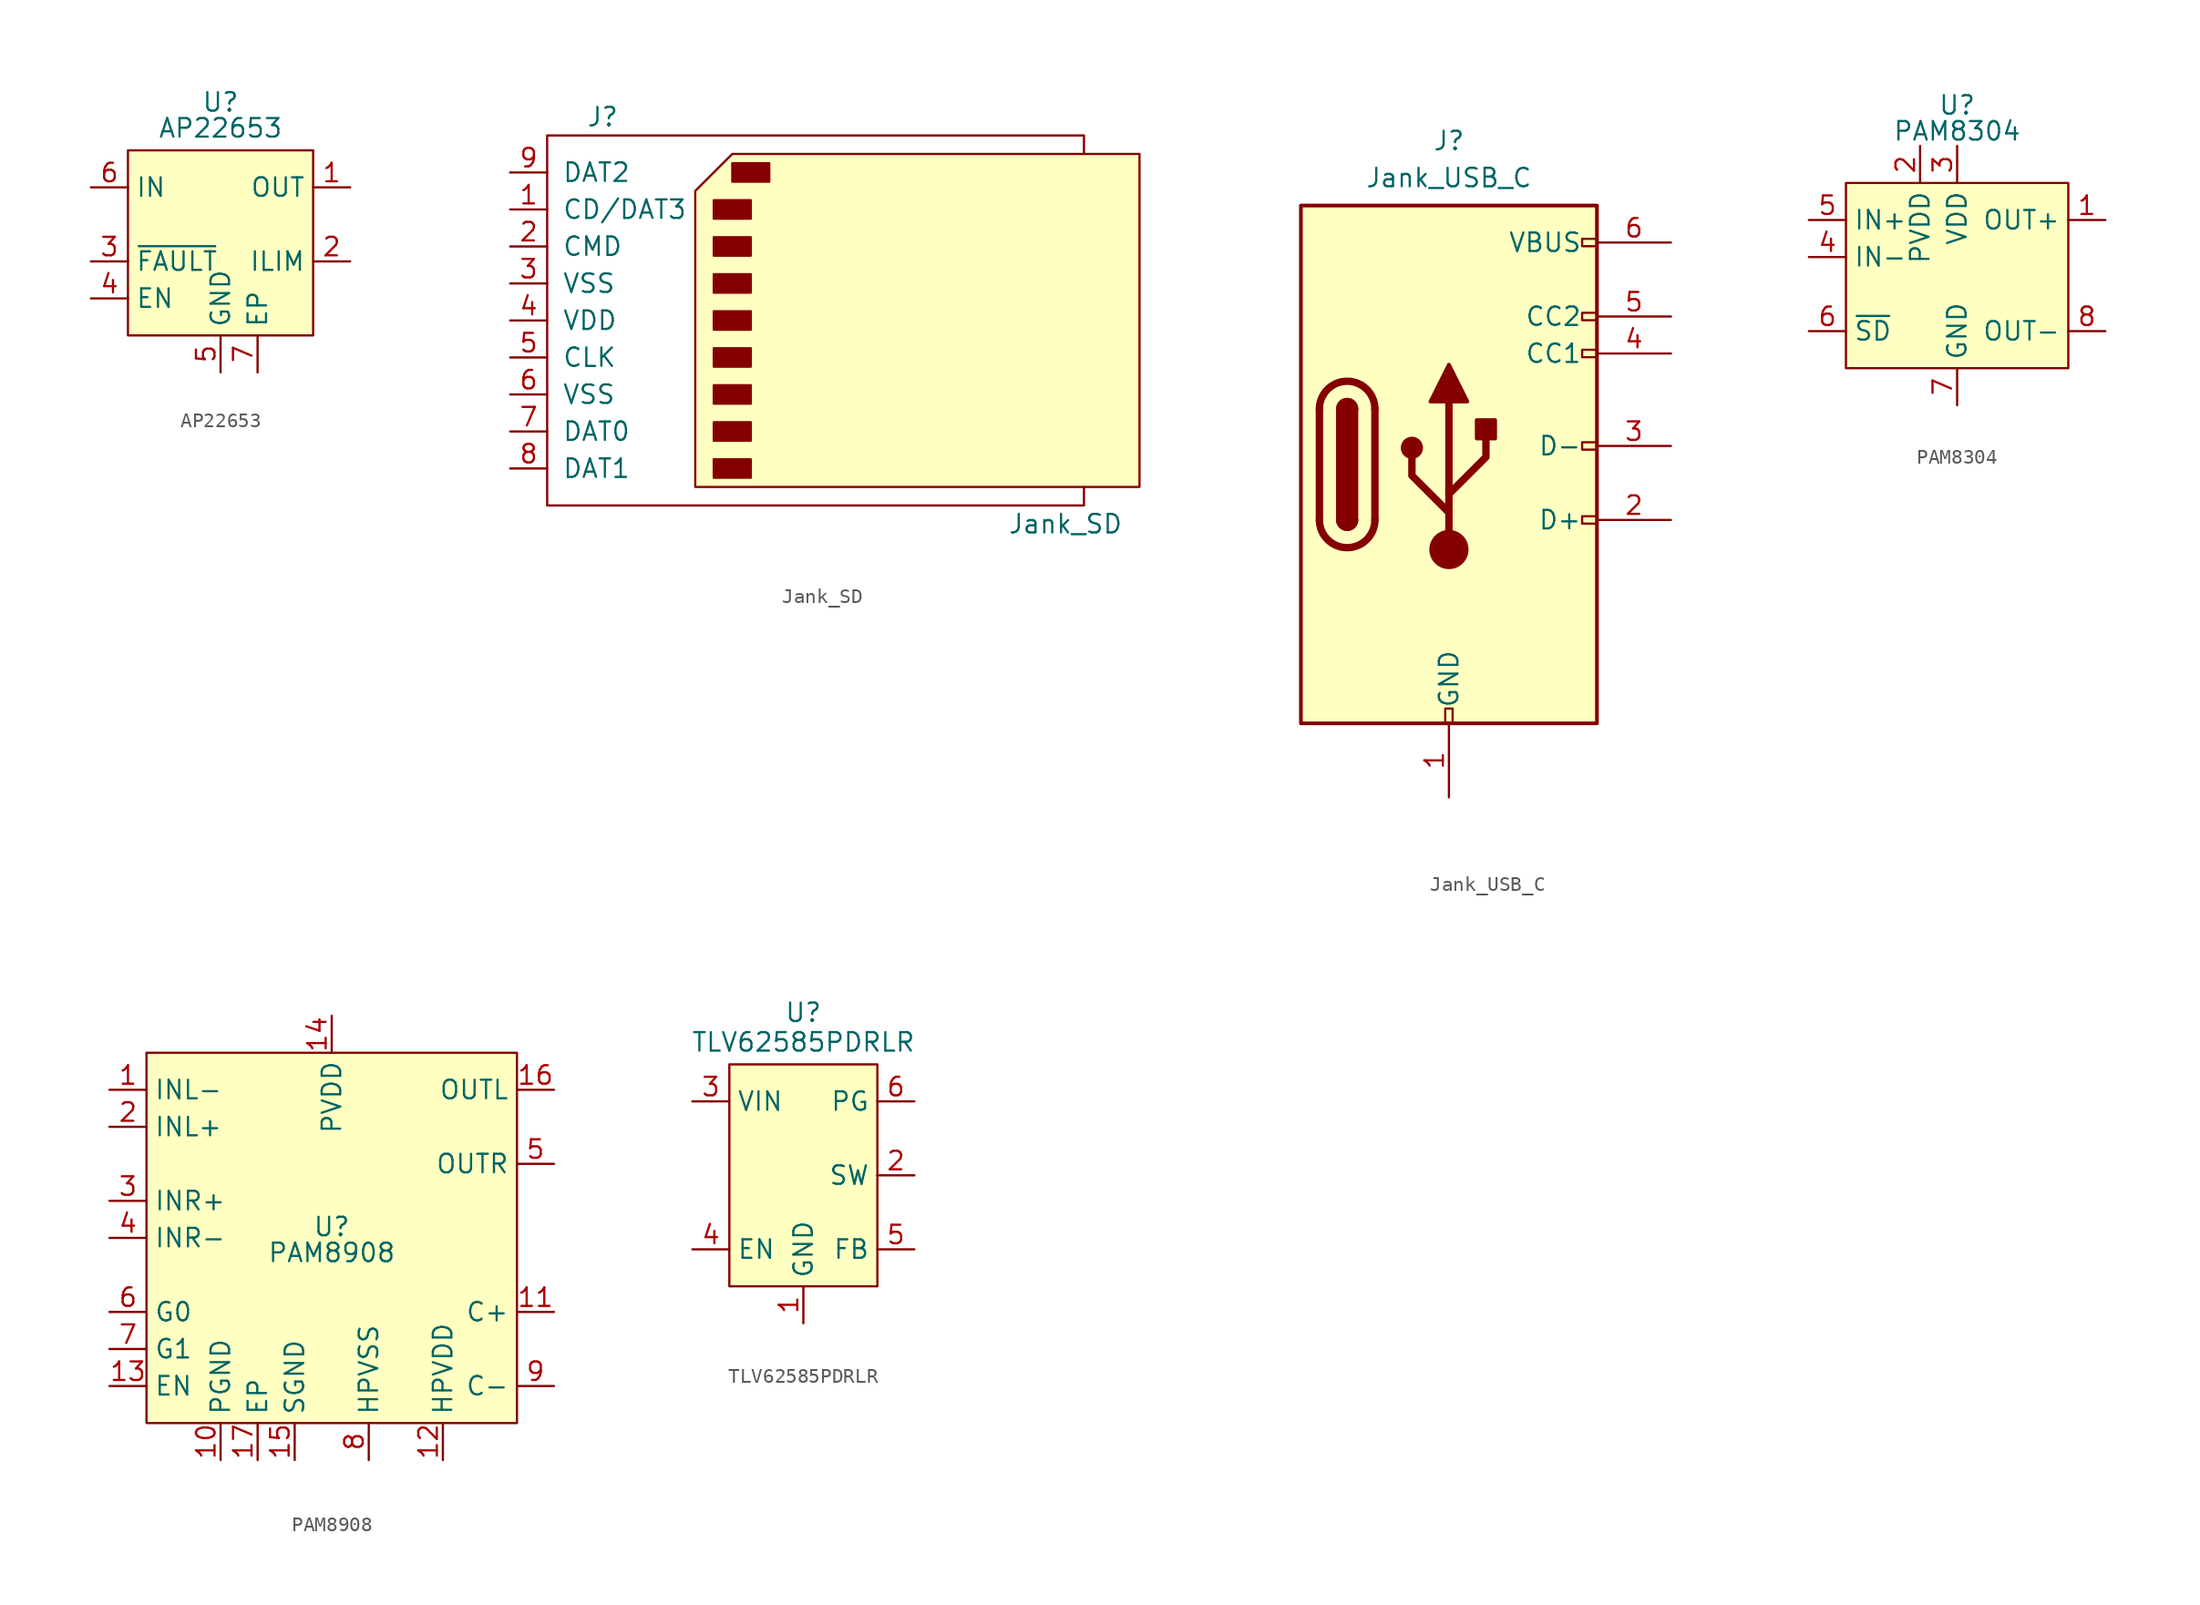
<source format=kicad_sym>
(kicad_symbol_lib
  (version 20231120)
  (generator "kicad_symbol_editor")
  (generator_version "8.0")
  (symbol "AP22653"
    (property "Reference" "U"
      (at 0 9.652 0)
      (effects (font (size 1.27 1.27))))
    (property "Value" "AP22653"
      (at 0 7.874 0)
      (effects (font (size 1.27 1.27))))
    (symbol "AP22653_1_1"
      (rectangle (start -6.35 6.35) (end 6.35 -6.35) (stroke (width 0) (type default)) (fill (type background)))
      (pin power_out line (at 8.89 3.81 180) (length 2.54) (name "OUT" (effects (font (size 1.27 1.27)))) (number "1" (effects (font (size 1.27 1.27)))))
      (pin output line (at 8.89 -1.27 180) (length 2.54) (name "ILIM" (effects (font (size 1.27 1.27)))) (number "2" (effects (font (size 1.27 1.27)))))
      (pin output line (at -8.89 -1.27 0) (length 2.54) (name "~{FAULT}" (effects (font (size 1.27 1.27)))) (number "3" (effects (font (size 1.27 1.27)))))
      (pin input line (at -8.89 -3.81 0) (length 2.54) (name "EN" (effects (font (size 1.27 1.27)))) (number "4" (effects (font (size 1.27 1.27)))))
      (pin power_in line (at 0 -8.89 90) (length 2.54) (name "GND" (effects (font (size 1.27 1.27)))) (number "5" (effects (font (size 1.27 1.27)))))
      (pin power_in line (at -8.89 3.81 0) (length 2.54) (name "IN" (effects (font (size 1.27 1.27)))) (number "6" (effects (font (size 1.27 1.27)))))
      (pin unspecified line (at 2.54 -8.89 90) (length 2.54) (name "EP" (effects (font (size 1.27 1.27)))) (number "7" (effects (font (size 1.27 1.27)))))))
  (symbol "Jank_SD"
    (pin_names
      (offset 1.016))
    (property "Reference" "J"
      (at -16.51 13.97 0)
      (effects (font (size 1.27 1.27))))
    (property "Value" "Jank_SD"
      (at 15.24 -13.97 0)
      (effects (font (size 1.27 1.27))))
    (symbol "Jank_SD_0_1"
      (rectangle (start -8.89 -9.525) (end -6.35 -10.795) (stroke (width 0) (type default)) (fill (type outline)))
      (rectangle (start -8.89 -6.985) (end -6.35 -8.255) (stroke (width 0) (type default)) (fill (type outline)))
      (rectangle (start -8.89 -4.445) (end -6.35 -5.715) (stroke (width 0) (type default)) (fill (type outline)))
      (rectangle (start -8.89 -1.905) (end -6.35 -3.175) (stroke (width 0) (type default)) (fill (type outline)))
      (rectangle (start -8.89 0.635) (end -6.35 -0.635) (stroke (width 0) (type default)) (fill (type outline)))
      (rectangle (start -8.89 3.175) (end -6.35 1.905) (stroke (width 0) (type default)) (fill (type outline)))
      (rectangle (start -8.89 5.715) (end -6.35 4.445) (stroke (width 0) (type default)) (fill (type outline)))
      (rectangle (start -8.89 8.255) (end -6.35 6.985) (stroke (width 0) (type default)) (fill (type outline)))
      (rectangle (start -7.62 10.795) (end -5.08 9.525) (stroke (width 0) (type default)) (fill (type outline)))
      (polyline (pts (xy -10.16 8.89) (xy -7.62 11.43) (xy 20.32 11.43) (xy 20.32 -11.43) (xy -10.16 -11.43) (xy -10.16 8.89)) (stroke (width 0) (type default)) (fill (type background)))
      (polyline (pts (xy 16.51 11.43) (xy 16.51 12.7) (xy -20.32 12.7) (xy -20.32 -12.7) (xy 16.51 -12.7) (xy 16.51 -11.43)) (stroke (width 0) (type default)) (fill (type none))))
    (symbol "Jank_SD_1_1"
      (pin input line (at -22.86 7.62 0) (length 2.54) (name "CD/DAT3" (effects (font (size 1.27 1.27)))) (number "1" (effects (font (size 1.27 1.27)))))
      (pin input line (at -22.86 5.08 0) (length 2.54) (name "CMD" (effects (font (size 1.27 1.27)))) (number "2" (effects (font (size 1.27 1.27)))))
      (pin power_in line (at -22.86 2.54 0) (length 2.54) (name "VSS" (effects (font (size 1.27 1.27)))) (number "3" (effects (font (size 1.27 1.27)))))
      (pin power_in line (at -22.86 0 0) (length 2.54) (name "VDD" (effects (font (size 1.27 1.27)))) (number "4" (effects (font (size 1.27 1.27)))))
      (pin input line (at -22.86 -2.54 0) (length 2.54) (name "CLK" (effects (font (size 1.27 1.27)))) (number "5" (effects (font (size 1.27 1.27)))))
      (pin power_in line (at -22.86 -5.08 0) (length 2.54) (name "VSS" (effects (font (size 1.27 1.27)))) (number "6" (effects (font (size 1.27 1.27)))))
      (pin input line (at -22.86 -7.62 0) (length 2.54) (name "DAT0" (effects (font (size 1.27 1.27)))) (number "7" (effects (font (size 1.27 1.27)))))
      (pin input line (at -22.86 -10.16 0) (length 2.54) (name "DAT1" (effects (font (size 1.27 1.27)))) (number "8" (effects (font (size 1.27 1.27)))))
      (pin input line (at -22.86 10.16 0) (length 2.54) (name "DAT2" (effects (font (size 1.27 1.27)))) (number "9" (effects (font (size 1.27 1.27)))))))
  (symbol "Jank_USB_C"
    (pin_names
      (offset 1.016))
    (property "Reference" "J"
      (at 0 22.225 0)
      (effects (font (size 1.27 1.27))))
    (property "Value" "Jank_USB_C"
      (at 0 19.685 0)
      (effects (font (size 1.27 1.27))))
    (symbol "Jank_USB_C_0_0"
      (rectangle (start -0.254 -17.78) (end 0.254 -16.764) (stroke (width 0) (type default)) (fill (type none)))
      (rectangle (start 10.16 -3.556) (end 9.144 -4.064) (stroke (width 0) (type default)) (fill (type none)))
      (rectangle (start 10.16 1.524) (end 9.144 1.016) (stroke (width 0) (type default)) (fill (type none)))
      (rectangle (start 10.16 7.874) (end 9.144 7.366) (stroke (width 0) (type default)) (fill (type none)))
      (rectangle (start 10.16 10.414) (end 9.144 9.906) (stroke (width 0) (type default)) (fill (type none)))
      (rectangle (start 10.16 15.494) (end 9.144 14.986) (stroke (width 0) (type default)) (fill (type none))))
    (symbol "Jank_USB_C_0_1"
      (rectangle (start -10.16 17.78) (end 10.16 -17.78) (stroke (width 0.254) (type default)) (fill (type background)))
      (arc (start -8.89 -3.81) (mid -6.985 -5.7067) (end -5.08 -3.81) (stroke (width 0.508) (type default)) (fill (type none)))
      (arc (start -7.62 -3.81) (mid -6.985 -4.4423) (end -6.35 -3.81) (stroke (width 0.254) (type default)) (fill (type none)))
      (arc (start -7.62 -3.81) (mid -6.985 -4.4423) (end -6.35 -3.81) (stroke (width 0.254) (type default)) (fill (type outline)))
      (rectangle (start -7.62 -3.81) (end -6.35 3.81) (stroke (width 0.254) (type default)) (fill (type outline)))
      (arc (start -6.35 3.81) (mid -6.985 4.4423) (end -7.62 3.81) (stroke (width 0.254) (type default)) (fill (type none)))
      (arc (start -6.35 3.81) (mid -6.985 4.4423) (end -7.62 3.81) (stroke (width 0.254) (type default)) (fill (type outline)))
      (arc (start -5.08 3.81) (mid -6.985 5.7067) (end -8.89 3.81) (stroke (width 0.508) (type default)) (fill (type none)))
      (circle (center -2.54 1.143) (radius 0.635) (stroke (width 0.254) (type default)) (fill (type outline)))
      (circle (center 0 -5.842) (radius 1.27) (stroke (width 0) (type default)) (fill (type outline)))
      (polyline (pts (xy -8.89 -3.81) (xy -8.89 3.81)) (stroke (width 0.508) (type default)) (fill (type none)))
      (polyline (pts (xy -5.08 3.81) (xy -5.08 -3.81)) (stroke (width 0.508) (type default)) (fill (type none)))
      (polyline (pts (xy 0 -5.842) (xy 0 4.318)) (stroke (width 0.508) (type default)) (fill (type none)))
      (polyline (pts (xy 0 -3.302) (xy -2.54 -0.762) (xy -2.54 0.508)) (stroke (width 0.508) (type default)) (fill (type none)))
      (polyline (pts (xy 0 -2.032) (xy 2.54 0.508) (xy 2.54 1.778)) (stroke (width 0.508) (type default)) (fill (type none)))
      (polyline (pts (xy -1.27 4.318) (xy 0 6.858) (xy 1.27 4.318) (xy -1.27 4.318)) (stroke (width 0.254) (type default)) (fill (type outline)))
      (rectangle (start 1.905 1.778) (end 3.175 3.048) (stroke (width 0.254) (type default)) (fill (type outline))))
    (symbol "Jank_USB_C_1_1"
      (pin passive line (at 0 -22.86 90) (length 5.08) (name "GND" (effects (font (size 1.27 1.27)))) (number "1" (effects (font (size 1.27 1.27)))))
      (pin bidirectional line (at 15.24 -3.81 180) (length 5.08) (name "D+" (effects (font (size 1.27 1.27)))) (number "2" (effects (font (size 1.27 1.27)))))
      (pin bidirectional line (at 15.24 1.27 180) (length 5.08) (name "D-" (effects (font (size 1.27 1.27)))) (number "3" (effects (font (size 1.27 1.27)))))
      (pin bidirectional line (at 15.24 7.62 180) (length 5.08) (name "CC1" (effects (font (size 1.27 1.27)))) (number "4" (effects (font (size 1.27 1.27)))))
      (pin bidirectional line (at 15.24 10.16 180) (length 5.08) (name "CC2" (effects (font (size 1.27 1.27)))) (number "5" (effects (font (size 1.27 1.27)))))
      (pin passive line (at 15.24 15.24 180) (length 5.08) (name "VBUS" (effects (font (size 1.27 1.27)))) (number "6" (effects (font (size 1.27 1.27)))))))
  (symbol "PAM8304"
    (property "Reference" "U"
      (at 0 11.684 0)
      (effects (font (size 1.27 1.27))))
    (property "Value" "PAM8304"
      (at 0 9.906 0)
      (effects (font (size 1.27 1.27))))
    (symbol "PAM8304_1_1"
      (rectangle (start -7.62 6.35) (end 7.62 -6.35) (stroke (width 0) (type default)) (fill (type background)))
      (pin output line (at 10.16 3.81 180) (length 2.54) (name "OUT+" (effects (font (size 1.27 1.27)))) (number "1" (effects (font (size 1.27 1.27)))))
      (pin power_in line (at -2.54 8.89 270) (length 2.54) (name "PVDD" (effects (font (size 1.27 1.27)))) (number "2" (effects (font (size 1.27 1.27)))))
      (pin power_in line (at 0 8.89 270) (length 2.54) (name "VDD" (effects (font (size 1.27 1.27)))) (number "3" (effects (font (size 1.27 1.27)))))
      (pin input line (at -10.16 1.27 0) (length 2.54) (name "IN-" (effects (font (size 1.27 1.27)))) (number "4" (effects (font (size 1.27 1.27)))))
      (pin input line (at -10.16 3.81 0) (length 2.54) (name "IN+" (effects (font (size 1.27 1.27)))) (number "5" (effects (font (size 1.27 1.27)))))
      (pin input line (at -10.16 -3.81 0) (length 2.54) (name "~{SD}" (effects (font (size 1.27 1.27)))) (number "6" (effects (font (size 1.27 1.27)))))
      (pin power_in line (at 0 -8.89 90) (length 2.54) (name "GND" (effects (font (size 1.27 1.27)))) (number "7" (effects (font (size 1.27 1.27)))))
      (pin output line (at 10.16 -3.81 180) (length 2.54) (name "OUT-" (effects (font (size 1.27 1.27)))) (number "8" (effects (font (size 1.27 1.27)))))
      (pin no_connect line (at -2.54 -8.89 90) (length 2.54) hide (name "EP" (effects (font (size 1.27 1.27)))) (number "9" (effects (font (size 1.27 1.27)))))))
  (symbol "PAM8908"
    (property "Reference" "U"
      (at 0 0.762 0)
      (do_not_autoplace)
      (effects (font (size 1.27 1.27))))
    (property "Value" "PAM8908"
      (at 0 -1.016 0)
      (do_not_autoplace)
      (effects (font (size 1.27 1.27))))
    (symbol "PAM8908_1_1"
      (rectangle (start -12.7 12.7) (end 12.7 -12.7) (stroke (width 0) (type default)) (fill (type background)))
      (pin input line (at -15.24 10.16 0) (length 2.54) (name "INL-" (effects (font (size 1.27 1.27)))) (number "1" (effects (font (size 1.27 1.27)))))
      (pin power_in line (at -7.62 -15.24 90) (length 2.54) (name "PGND" (effects (font (size 1.27 1.27)))) (number "10" (effects (font (size 1.27 1.27)))))
      (pin output line (at 15.24 -5.08 180) (length 2.54) (name "C+" (effects (font (size 1.27 1.27)))) (number "11" (effects (font (size 1.27 1.27)))))
      (pin power_in line (at 7.62 -15.24 90) (length 2.54) (name "HPVDD" (effects (font (size 1.27 1.27)))) (number "12" (effects (font (size 1.27 1.27)))))
      (pin input line (at -15.24 -10.16 0) (length 2.54) (name "EN" (effects (font (size 1.27 1.27)))) (number "13" (effects (font (size 1.27 1.27)))))
      (pin power_in line (at 0 15.24 270) (length 2.54) (name "PVDD" (effects (font (size 1.27 1.27)))) (number "14" (effects (font (size 1.27 1.27)))))
      (pin power_in line (at -2.54 -15.24 90) (length 2.54) (name "SGND" (effects (font (size 1.27 1.27)))) (number "15" (effects (font (size 1.27 1.27)))))
      (pin output line (at 15.24 10.16 180) (length 2.54) (name "OUTL" (effects (font (size 1.27 1.27)))) (number "16" (effects (font (size 1.27 1.27)))))
      (pin unspecified line (at -5.08 -15.24 90) (length 2.54) (name "EP" (effects (font (size 1.27 1.27)))) (number "17" (effects (font (size 1.27 1.27)))))
      (pin input line (at -15.24 7.62 0) (length 2.54) (name "INL+" (effects (font (size 1.27 1.27)))) (number "2" (effects (font (size 1.27 1.27)))))
      (pin input line (at -15.24 2.54 0) (length 2.54) (name "INR+" (effects (font (size 1.27 1.27)))) (number "3" (effects (font (size 1.27 1.27)))))
      (pin input line (at -15.24 0 0) (length 2.54) (name "INR-" (effects (font (size 1.27 1.27)))) (number "4" (effects (font (size 1.27 1.27)))))
      (pin output line (at 15.24 5.08 180) (length 2.54) (name "OUTR" (effects (font (size 1.27 1.27)))) (number "5" (effects (font (size 1.27 1.27)))))
      (pin input line (at -15.24 -5.08 0) (length 2.54) (name "G0" (effects (font (size 1.27 1.27)))) (number "6" (effects (font (size 1.27 1.27)))))
      (pin input line (at -15.24 -7.62 0) (length 2.54) (name "G1" (effects (font (size 1.27 1.27)))) (number "7" (effects (font (size 1.27 1.27)))))
      (pin power_in line (at 2.54 -15.24 90) (length 2.54) (name "HPVSS" (effects (font (size 1.27 1.27)))) (number "8" (effects (font (size 1.27 1.27)))))
      (pin output line (at 15.24 -10.16 180) (length 2.54) (name "C-" (effects (font (size 1.27 1.27)))) (number "9" (effects (font (size 1.27 1.27)))))))
  (symbol "TLV62585PDRLR"
    (property "Reference" "U"
      (at 0 11.176 0)
      (effects (font (size 1.27 1.27))))
    (property "Value" "TLV62585PDRLR"
      (at 0 9.144 0)
      (effects (font (size 1.27 1.27))))
    (symbol "TLV62585PDRLR_1_1"
      (rectangle (start -5.08 7.62) (end 5.08 -7.62) (stroke (width 0) (type default)) (fill (type background)))
      (pin power_in line (at 0 -10.16 90) (length 2.54) (name "GND" (effects (font (size 1.27 1.27)))) (number "1" (effects (font (size 1.27 1.27)))))
      (pin power_out line (at 7.62 0 180) (length 2.54) (name "SW" (effects (font (size 1.27 1.27)))) (number "2" (effects (font (size 1.27 1.27)))))
      (pin power_in line (at -7.62 5.08 0) (length 2.54) (name "VIN" (effects (font (size 1.27 1.27)))) (number "3" (effects (font (size 1.27 1.27)))))
      (pin input line (at -7.62 -5.08 0) (length 2.54) (name "EN" (effects (font (size 1.27 1.27)))) (number "4" (effects (font (size 1.27 1.27)))))
      (pin input line (at 7.62 -5.08 180) (length 2.54) (name "FB" (effects (font (size 1.27 1.27)))) (number "5" (effects (font (size 1.27 1.27)))))
      (pin open_collector line (at 7.62 5.08 180) (length 2.54) (name "PG" (effects (font (size 1.27 1.27)))) (number "6" (effects (font (size 1.27 1.27))))))))
</source>
